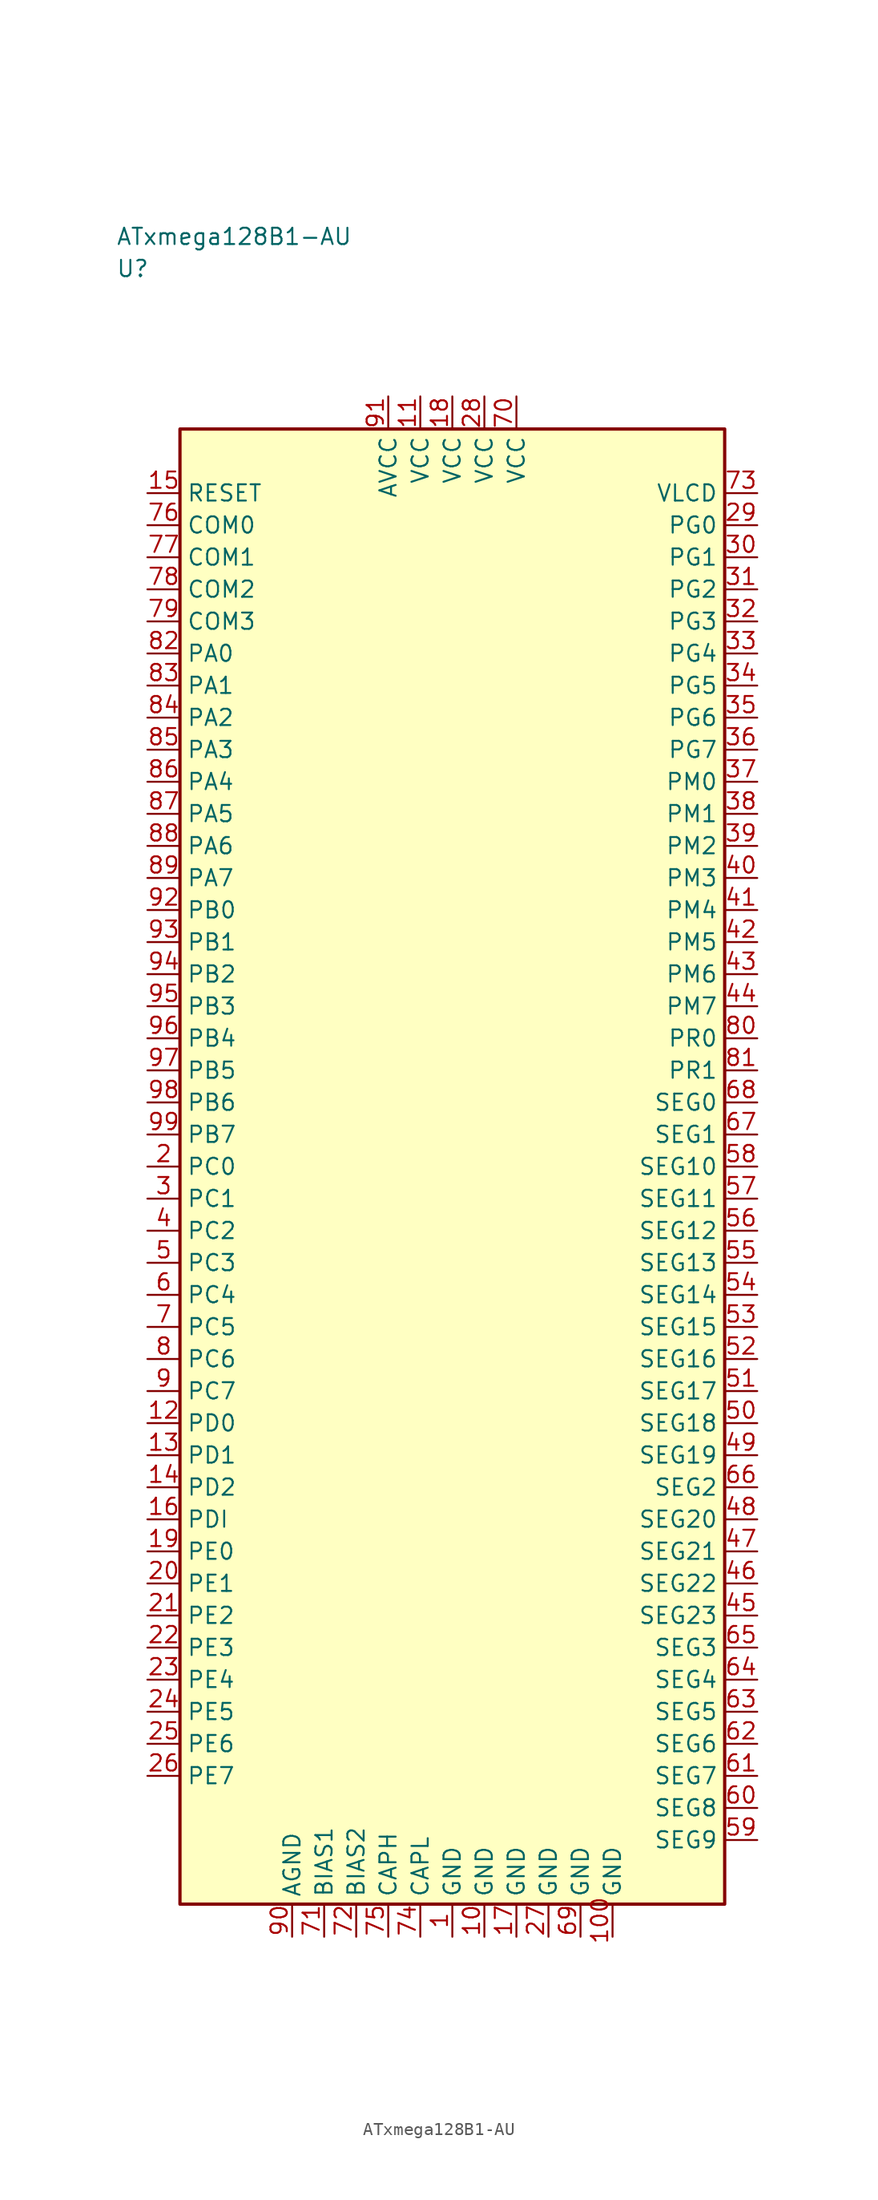
<source format=kicad_sym>
(kicad_symbol_lib
  (version 20241025)
  (generator "kicad_symbol_editor")
  (generator_version "8.0")
  (symbol "ATxmega128B1-AU"
    (property "Reference" "U"
      (at -26.25 70.0 0)
      (effects (font (size 1.27 1.27)) (justify left)))
    (property "Value" "ATxmega128B1-AU"
      (at -26.25 72.5 0)
      (effects (font (size 1.27 1.27)) (justify left)))
    (symbol "ATxmega128B1-AU_0_1"
      (rectangle (start -21.25 57.5) (end 21.25 -57.5) (stroke (width 0.254) (type default)) (fill (type background))))
    (symbol "ATxmega128B1-AU_1_1"
      (pin passive line (at 0.0 -60.04 90.0) (length 2.54) (name "GND" (effects (font (size 1.27 1.27)))) (number "1" (effects (font (size 1.27 1.27)))))
      (pin bidirectional line (at -23.79 0.0 0.0) (length 2.54) (name "PC0" (effects (font (size 1.27 1.27)))) (number "2" (effects (font (size 1.27 1.27)))))
      (pin bidirectional line (at -23.79 -2.5 0.0) (length 2.54) (name "PC1" (effects (font (size 1.27 1.27)))) (number "3" (effects (font (size 1.27 1.27)))))
      (pin bidirectional line (at -23.79 -5.0 0.0) (length 2.54) (name "PC2" (effects (font (size 1.27 1.27)))) (number "4" (effects (font (size 1.27 1.27)))))
      (pin bidirectional line (at -23.79 -7.5 0.0) (length 2.54) (name "PC3" (effects (font (size 1.27 1.27)))) (number "5" (effects (font (size 1.27 1.27)))))
      (pin bidirectional line (at -23.79 -10.0 0.0) (length 2.54) (name "PC4" (effects (font (size 1.27 1.27)))) (number "6" (effects (font (size 1.27 1.27)))))
      (pin bidirectional line (at -23.79 -12.5 0.0) (length 2.54) (name "PC5" (effects (font (size 1.27 1.27)))) (number "7" (effects (font (size 1.27 1.27)))))
      (pin bidirectional line (at -23.79 -15.0 0.0) (length 2.54) (name "PC6" (effects (font (size 1.27 1.27)))) (number "8" (effects (font (size 1.27 1.27)))))
      (pin bidirectional line (at -23.79 -17.5 0.0) (length 2.54) (name "PC7" (effects (font (size 1.27 1.27)))) (number "9" (effects (font (size 1.27 1.27)))))
      (pin passive line (at 2.5 -60.04 90.0) (length 2.54) (name "GND" (effects (font (size 1.27 1.27)))) (number "10" (effects (font (size 1.27 1.27)))))
      (pin power_in line (at -2.5 60.04 270.0) (length 2.54) (name "VCC" (effects (font (size 1.27 1.27)))) (number "11" (effects (font (size 1.27 1.27)))))
      (pin bidirectional line (at -23.79 -20.0 0.0) (length 2.54) (name "PD0" (effects (font (size 1.27 1.27)))) (number "12" (effects (font (size 1.27 1.27)))))
      (pin bidirectional line (at -23.79 -22.5 0.0) (length 2.54) (name "PD1" (effects (font (size 1.27 1.27)))) (number "13" (effects (font (size 1.27 1.27)))))
      (pin bidirectional line (at -23.79 -25.0 0.0) (length 2.54) (name "PD2" (effects (font (size 1.27 1.27)))) (number "14" (effects (font (size 1.27 1.27)))))
      (pin input line (at -23.79 52.5 0.0) (length 2.54) (name "RESET" (effects (font (size 1.27 1.27)))) (number "15" (effects (font (size 1.27 1.27)))))
      (pin bidirectional line (at -23.79 -27.5 0.0) (length 2.54) (name "PDI" (effects (font (size 1.27 1.27)))) (number "16" (effects (font (size 1.27 1.27)))))
      (pin passive line (at 5.0 -60.04 90.0) (length 2.54) (name "GND" (effects (font (size 1.27 1.27)))) (number "17" (effects (font (size 1.27 1.27)))))
      (pin power_in line (at 0.0 60.04 270.0) (length 2.54) (name "VCC" (effects (font (size 1.27 1.27)))) (number "18" (effects (font (size 1.27 1.27)))))
      (pin bidirectional line (at -23.79 -30.0 0.0) (length 2.54) (name "PE0" (effects (font (size 1.27 1.27)))) (number "19" (effects (font (size 1.27 1.27)))))
      (pin bidirectional line (at -23.79 -32.5 0.0) (length 2.54) (name "PE1" (effects (font (size 1.27 1.27)))) (number "20" (effects (font (size 1.27 1.27)))))
      (pin bidirectional line (at -23.79 -35.0 0.0) (length 2.54) (name "PE2" (effects (font (size 1.27 1.27)))) (number "21" (effects (font (size 1.27 1.27)))))
      (pin bidirectional line (at -23.79 -37.5 0.0) (length 2.54) (name "PE3" (effects (font (size 1.27 1.27)))) (number "22" (effects (font (size 1.27 1.27)))))
      (pin bidirectional line (at -23.79 -40.0 0.0) (length 2.54) (name "PE4" (effects (font (size 1.27 1.27)))) (number "23" (effects (font (size 1.27 1.27)))))
      (pin bidirectional line (at -23.79 -42.5 0.0) (length 2.54) (name "PE5" (effects (font (size 1.27 1.27)))) (number "24" (effects (font (size 1.27 1.27)))))
      (pin bidirectional line (at -23.79 -45.0 0.0) (length 2.54) (name "PE6" (effects (font (size 1.27 1.27)))) (number "25" (effects (font (size 1.27 1.27)))))
      (pin bidirectional line (at -23.79 -47.5 0.0) (length 2.54) (name "PE7" (effects (font (size 1.27 1.27)))) (number "26" (effects (font (size 1.27 1.27)))))
      (pin passive line (at 7.5 -60.04 90.0) (length 2.54) (name "GND" (effects (font (size 1.27 1.27)))) (number "27" (effects (font (size 1.27 1.27)))))
      (pin power_in line (at 2.5 60.04 270.0) (length 2.54) (name "VCC" (effects (font (size 1.27 1.27)))) (number "28" (effects (font (size 1.27 1.27)))))
      (pin bidirectional line (at 23.79 50.0 180.0) (length 2.54) (name "PG0" (effects (font (size 1.27 1.27)))) (number "29" (effects (font (size 1.27 1.27)))))
      (pin bidirectional line (at 23.79 47.5 180.0) (length 2.54) (name "PG1" (effects (font (size 1.27 1.27)))) (number "30" (effects (font (size 1.27 1.27)))))
      (pin bidirectional line (at 23.79 45.0 180.0) (length 2.54) (name "PG2" (effects (font (size 1.27 1.27)))) (number "31" (effects (font (size 1.27 1.27)))))
      (pin bidirectional line (at 23.79 42.5 180.0) (length 2.54) (name "PG3" (effects (font (size 1.27 1.27)))) (number "32" (effects (font (size 1.27 1.27)))))
      (pin bidirectional line (at 23.79 40.0 180.0) (length 2.54) (name "PG4" (effects (font (size 1.27 1.27)))) (number "33" (effects (font (size 1.27 1.27)))))
      (pin bidirectional line (at 23.79 37.5 180.0) (length 2.54) (name "PG5" (effects (font (size 1.27 1.27)))) (number "34" (effects (font (size 1.27 1.27)))))
      (pin bidirectional line (at 23.79 35.0 180.0) (length 2.54) (name "PG6" (effects (font (size 1.27 1.27)))) (number "35" (effects (font (size 1.27 1.27)))))
      (pin bidirectional line (at 23.79 32.5 180.0) (length 2.54) (name "PG7" (effects (font (size 1.27 1.27)))) (number "36" (effects (font (size 1.27 1.27)))))
      (pin bidirectional line (at 23.79 30.0 180.0) (length 2.54) (name "PM0" (effects (font (size 1.27 1.27)))) (number "37" (effects (font (size 1.27 1.27)))))
      (pin bidirectional line (at 23.79 27.5 180.0) (length 2.54) (name "PM1" (effects (font (size 1.27 1.27)))) (number "38" (effects (font (size 1.27 1.27)))))
      (pin bidirectional line (at 23.79 25.0 180.0) (length 2.54) (name "PM2" (effects (font (size 1.27 1.27)))) (number "39" (effects (font (size 1.27 1.27)))))
      (pin bidirectional line (at 23.79 22.5 180.0) (length 2.54) (name "PM3" (effects (font (size 1.27 1.27)))) (number "40" (effects (font (size 1.27 1.27)))))
      (pin bidirectional line (at 23.79 20.0 180.0) (length 2.54) (name "PM4" (effects (font (size 1.27 1.27)))) (number "41" (effects (font (size 1.27 1.27)))))
      (pin bidirectional line (at 23.79 17.5 180.0) (length 2.54) (name "PM5" (effects (font (size 1.27 1.27)))) (number "42" (effects (font (size 1.27 1.27)))))
      (pin bidirectional line (at 23.79 15.0 180.0) (length 2.54) (name "PM6" (effects (font (size 1.27 1.27)))) (number "43" (effects (font (size 1.27 1.27)))))
      (pin bidirectional line (at 23.79 12.5 180.0) (length 2.54) (name "PM7" (effects (font (size 1.27 1.27)))) (number "44" (effects (font (size 1.27 1.27)))))
      (pin bidirectional line (at 23.79 -35.0 180.0) (length 2.54) (name "SEG23" (effects (font (size 1.27 1.27)))) (number "45" (effects (font (size 1.27 1.27)))))
      (pin bidirectional line (at 23.79 -32.5 180.0) (length 2.54) (name "SEG22" (effects (font (size 1.27 1.27)))) (number "46" (effects (font (size 1.27 1.27)))))
      (pin bidirectional line (at 23.79 -30.0 180.0) (length 2.54) (name "SEG21" (effects (font (size 1.27 1.27)))) (number "47" (effects (font (size 1.27 1.27)))))
      (pin bidirectional line (at 23.79 -27.5 180.0) (length 2.54) (name "SEG20" (effects (font (size 1.27 1.27)))) (number "48" (effects (font (size 1.27 1.27)))))
      (pin bidirectional line (at 23.79 -22.5 180.0) (length 2.54) (name "SEG19" (effects (font (size 1.27 1.27)))) (number "49" (effects (font (size 1.27 1.27)))))
      (pin bidirectional line (at 23.79 -20.0 180.0) (length 2.54) (name "SEG18" (effects (font (size 1.27 1.27)))) (number "50" (effects (font (size 1.27 1.27)))))
      (pin bidirectional line (at 23.79 -17.5 180.0) (length 2.54) (name "SEG17" (effects (font (size 1.27 1.27)))) (number "51" (effects (font (size 1.27 1.27)))))
      (pin bidirectional line (at 23.79 -15.0 180.0) (length 2.54) (name "SEG16" (effects (font (size 1.27 1.27)))) (number "52" (effects (font (size 1.27 1.27)))))
      (pin bidirectional line (at 23.79 -12.5 180.0) (length 2.54) (name "SEG15" (effects (font (size 1.27 1.27)))) (number "53" (effects (font (size 1.27 1.27)))))
      (pin bidirectional line (at 23.79 -10.0 180.0) (length 2.54) (name "SEG14" (effects (font (size 1.27 1.27)))) (number "54" (effects (font (size 1.27 1.27)))))
      (pin bidirectional line (at 23.79 -7.5 180.0) (length 2.54) (name "SEG13" (effects (font (size 1.27 1.27)))) (number "55" (effects (font (size 1.27 1.27)))))
      (pin bidirectional line (at 23.79 -5.0 180.0) (length 2.54) (name "SEG12" (effects (font (size 1.27 1.27)))) (number "56" (effects (font (size 1.27 1.27)))))
      (pin bidirectional line (at 23.79 -2.5 180.0) (length 2.54) (name "SEG11" (effects (font (size 1.27 1.27)))) (number "57" (effects (font (size 1.27 1.27)))))
      (pin bidirectional line (at 23.79 0.0 180.0) (length 2.54) (name "SEG10" (effects (font (size 1.27 1.27)))) (number "58" (effects (font (size 1.27 1.27)))))
      (pin bidirectional line (at 23.79 -52.5 180.0) (length 2.54) (name "SEG9" (effects (font (size 1.27 1.27)))) (number "59" (effects (font (size 1.27 1.27)))))
      (pin bidirectional line (at 23.79 -50.0 180.0) (length 2.54) (name "SEG8" (effects (font (size 1.27 1.27)))) (number "60" (effects (font (size 1.27 1.27)))))
      (pin bidirectional line (at 23.79 -47.5 180.0) (length 2.54) (name "SEG7" (effects (font (size 1.27 1.27)))) (number "61" (effects (font (size 1.27 1.27)))))
      (pin bidirectional line (at 23.79 -45.0 180.0) (length 2.54) (name "SEG6" (effects (font (size 1.27 1.27)))) (number "62" (effects (font (size 1.27 1.27)))))
      (pin bidirectional line (at 23.79 -42.5 180.0) (length 2.54) (name "SEG5" (effects (font (size 1.27 1.27)))) (number "63" (effects (font (size 1.27 1.27)))))
      (pin bidirectional line (at 23.79 -40.0 180.0) (length 2.54) (name "SEG4" (effects (font (size 1.27 1.27)))) (number "64" (effects (font (size 1.27 1.27)))))
      (pin bidirectional line (at 23.79 -37.5 180.0) (length 2.54) (name "SEG3" (effects (font (size 1.27 1.27)))) (number "65" (effects (font (size 1.27 1.27)))))
      (pin bidirectional line (at 23.79 -25.0 180.0) (length 2.54) (name "SEG2" (effects (font (size 1.27 1.27)))) (number "66" (effects (font (size 1.27 1.27)))))
      (pin bidirectional line (at 23.79 2.5 180.0) (length 2.54) (name "SEG1" (effects (font (size 1.27 1.27)))) (number "67" (effects (font (size 1.27 1.27)))))
      (pin bidirectional line (at 23.79 5.0 180.0) (length 2.54) (name "SEG0" (effects (font (size 1.27 1.27)))) (number "68" (effects (font (size 1.27 1.27)))))
      (pin passive line (at 10.0 -60.04 90.0) (length 2.54) (name "GND" (effects (font (size 1.27 1.27)))) (number "69" (effects (font (size 1.27 1.27)))))
      (pin power_in line (at 5.0 60.04 270.0) (length 2.54) (name "VCC" (effects (font (size 1.27 1.27)))) (number "70" (effects (font (size 1.27 1.27)))))
      (pin passive line (at -10.0 -60.04 90.0) (length 2.54) (name "BIAS1" (effects (font (size 1.27 1.27)))) (number "71" (effects (font (size 1.27 1.27)))))
      (pin passive line (at -7.5 -60.04 90.0) (length 2.54) (name "BIAS2" (effects (font (size 1.27 1.27)))) (number "72" (effects (font (size 1.27 1.27)))))
      (pin output line (at 23.79 52.5 180.0) (length 2.54) (name "VLCD" (effects (font (size 1.27 1.27)))) (number "73" (effects (font (size 1.27 1.27)))))
      (pin passive line (at -2.5 -60.04 90.0) (length 2.54) (name "CAPL" (effects (font (size 1.27 1.27)))) (number "74" (effects (font (size 1.27 1.27)))))
      (pin passive line (at -5.0 -60.04 90.0) (length 2.54) (name "CAPH" (effects (font (size 1.27 1.27)))) (number "75" (effects (font (size 1.27 1.27)))))
      (pin bidirectional line (at -23.79 50.0 0.0) (length 2.54) (name "COM0" (effects (font (size 1.27 1.27)))) (number "76" (effects (font (size 1.27 1.27)))))
      (pin bidirectional line (at -23.79 47.5 0.0) (length 2.54) (name "COM1" (effects (font (size 1.27 1.27)))) (number "77" (effects (font (size 1.27 1.27)))))
      (pin bidirectional line (at -23.79 45.0 0.0) (length 2.54) (name "COM2" (effects (font (size 1.27 1.27)))) (number "78" (effects (font (size 1.27 1.27)))))
      (pin bidirectional line (at -23.79 42.5 0.0) (length 2.54) (name "COM3" (effects (font (size 1.27 1.27)))) (number "79" (effects (font (size 1.27 1.27)))))
      (pin bidirectional line (at 23.79 10.0 180.0) (length 2.54) (name "PR0" (effects (font (size 1.27 1.27)))) (number "80" (effects (font (size 1.27 1.27)))))
      (pin bidirectional line (at 23.79 7.5 180.0) (length 2.54) (name "PR1" (effects (font (size 1.27 1.27)))) (number "81" (effects (font (size 1.27 1.27)))))
      (pin bidirectional line (at -23.79 40.0 0.0) (length 2.54) (name "PA0" (effects (font (size 1.27 1.27)))) (number "82" (effects (font (size 1.27 1.27)))))
      (pin bidirectional line (at -23.79 37.5 0.0) (length 2.54) (name "PA1" (effects (font (size 1.27 1.27)))) (number "83" (effects (font (size 1.27 1.27)))))
      (pin bidirectional line (at -23.79 35.0 0.0) (length 2.54) (name "PA2" (effects (font (size 1.27 1.27)))) (number "84" (effects (font (size 1.27 1.27)))))
      (pin bidirectional line (at -23.79 32.5 0.0) (length 2.54) (name "PA3" (effects (font (size 1.27 1.27)))) (number "85" (effects (font (size 1.27 1.27)))))
      (pin bidirectional line (at -23.79 30.0 0.0) (length 2.54) (name "PA4" (effects (font (size 1.27 1.27)))) (number "86" (effects (font (size 1.27 1.27)))))
      (pin bidirectional line (at -23.79 27.5 0.0) (length 2.54) (name "PA5" (effects (font (size 1.27 1.27)))) (number "87" (effects (font (size 1.27 1.27)))))
      (pin bidirectional line (at -23.79 25.0 0.0) (length 2.54) (name "PA6" (effects (font (size 1.27 1.27)))) (number "88" (effects (font (size 1.27 1.27)))))
      (pin bidirectional line (at -23.79 22.5 0.0) (length 2.54) (name "PA7" (effects (font (size 1.27 1.27)))) (number "89" (effects (font (size 1.27 1.27)))))
      (pin passive line (at -12.5 -60.04 90.0) (length 2.54) (name "AGND" (effects (font (size 1.27 1.27)))) (number "90" (effects (font (size 1.27 1.27)))))
      (pin power_in line (at -5.0 60.04 270.0) (length 2.54) (name "AVCC" (effects (font (size 1.27 1.27)))) (number "91" (effects (font (size 1.27 1.27)))))
      (pin bidirectional line (at -23.79 20.0 0.0) (length 2.54) (name "PB0" (effects (font (size 1.27 1.27)))) (number "92" (effects (font (size 1.27 1.27)))))
      (pin bidirectional line (at -23.79 17.5 0.0) (length 2.54) (name "PB1" (effects (font (size 1.27 1.27)))) (number "93" (effects (font (size 1.27 1.27)))))
      (pin bidirectional line (at -23.79 15.0 0.0) (length 2.54) (name "PB2" (effects (font (size 1.27 1.27)))) (number "94" (effects (font (size 1.27 1.27)))))
      (pin bidirectional line (at -23.79 12.5 0.0) (length 2.54) (name "PB3" (effects (font (size 1.27 1.27)))) (number "95" (effects (font (size 1.27 1.27)))))
      (pin bidirectional line (at -23.79 10.0 0.0) (length 2.54) (name "PB4" (effects (font (size 1.27 1.27)))) (number "96" (effects (font (size 1.27 1.27)))))
      (pin bidirectional line (at -23.79 7.5 0.0) (length 2.54) (name "PB5" (effects (font (size 1.27 1.27)))) (number "97" (effects (font (size 1.27 1.27)))))
      (pin bidirectional line (at -23.79 5.0 0.0) (length 2.54) (name "PB6" (effects (font (size 1.27 1.27)))) (number "98" (effects (font (size 1.27 1.27)))))
      (pin bidirectional line (at -23.79 2.5 0.0) (length 2.54) (name "PB7" (effects (font (size 1.27 1.27)))) (number "99" (effects (font (size 1.27 1.27)))))
      (pin passive line (at 12.5 -60.04 90.0) (length 2.54) (name "GND" (effects (font (size 1.27 1.27)))) (number "100" (effects (font (size 1.27 1.27))))))))
</source>
